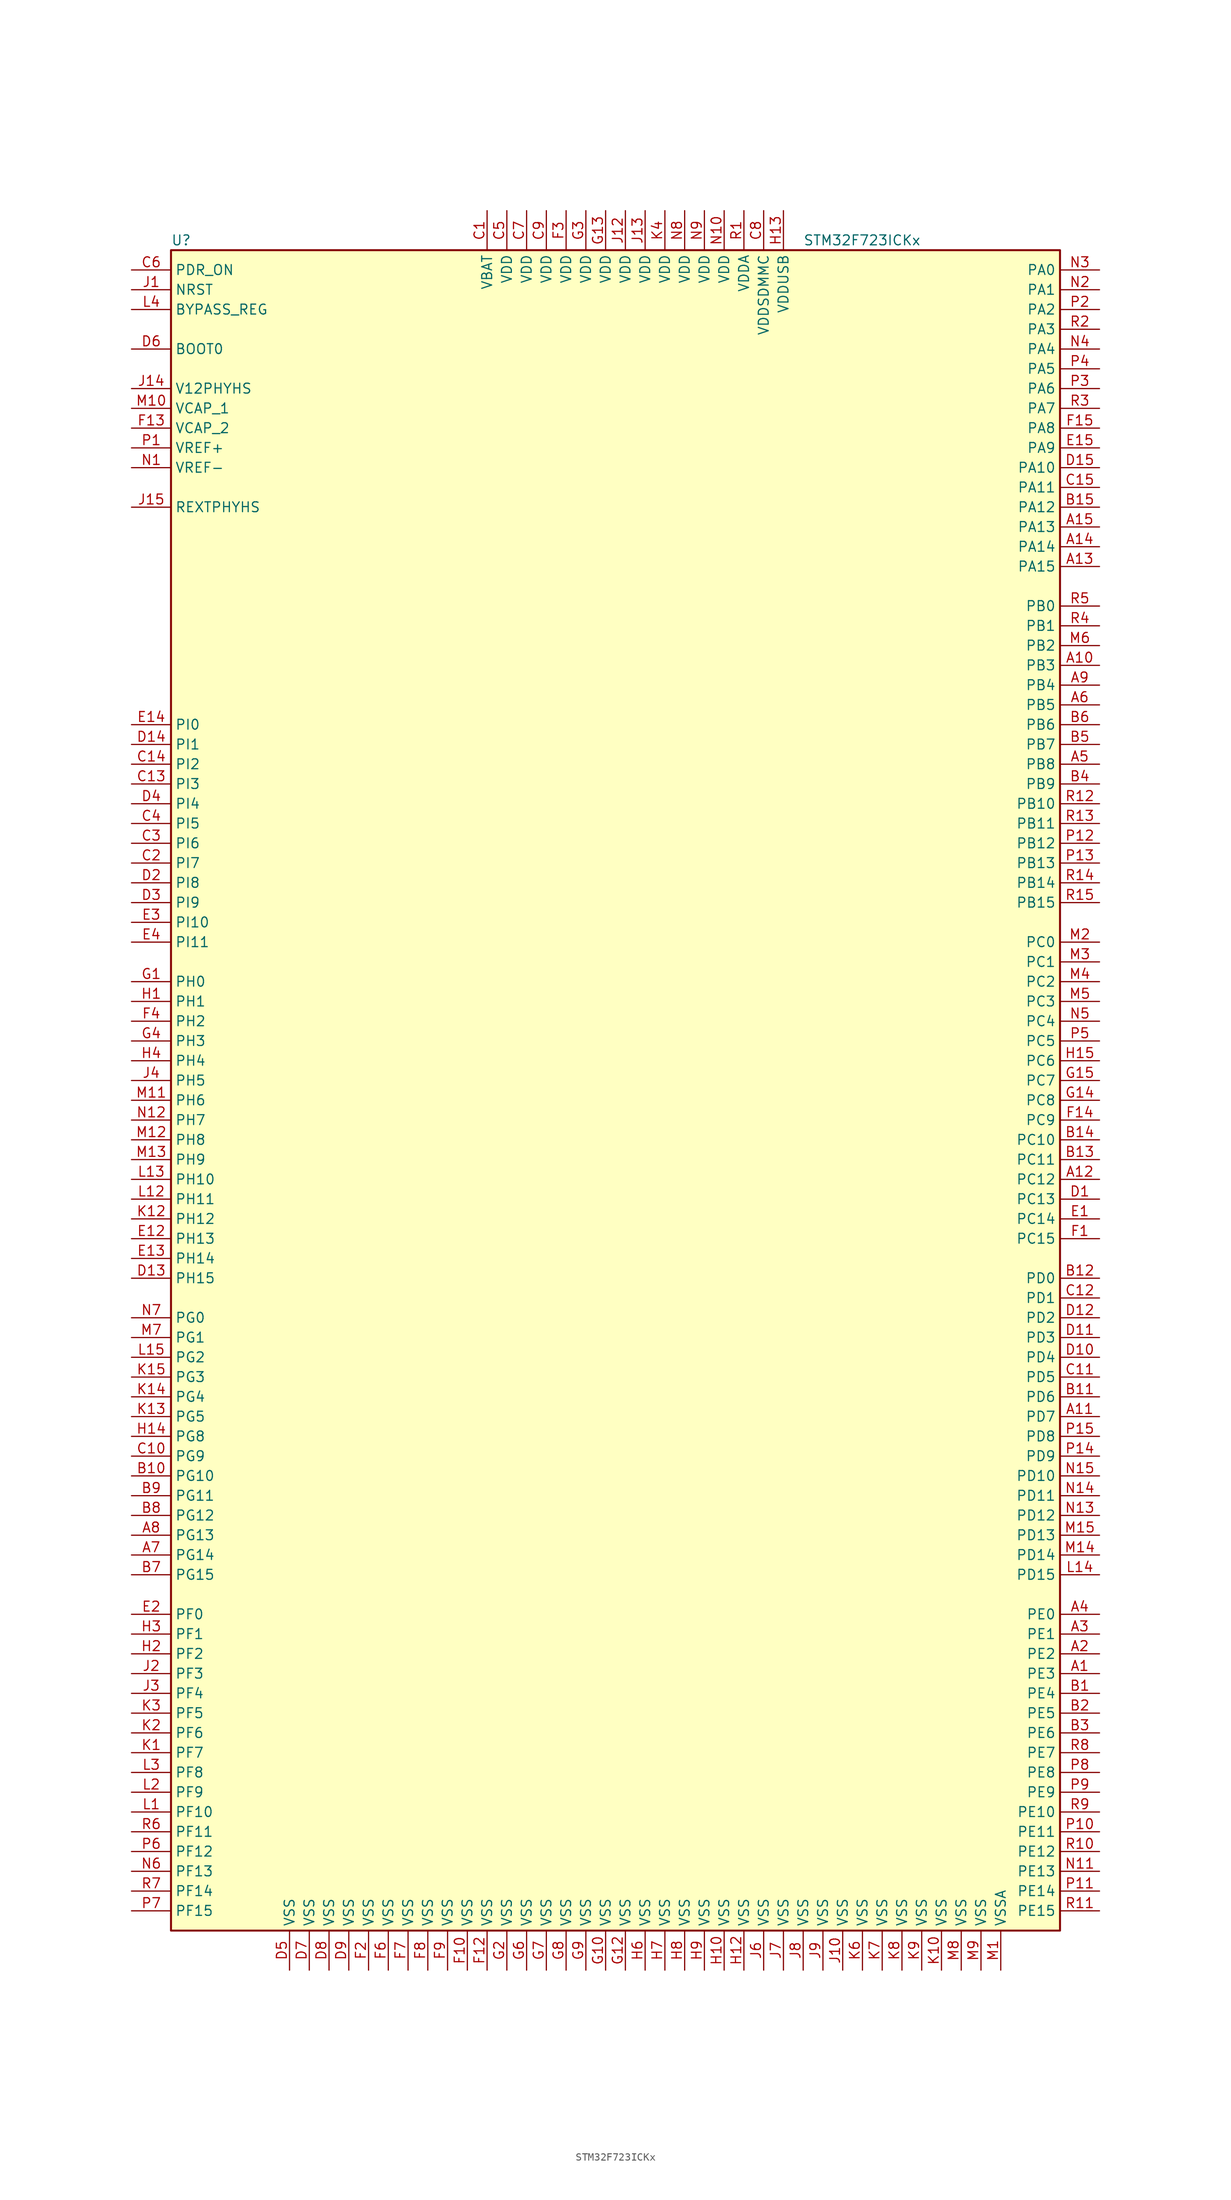
<source format=kicad_sym>
(kicad_symbol_lib
  (version 20201005)
  (generator kicad_symbol_editor)
  (symbol "MCU_ST_STM32F7:STM32F723ICKx"
    (property "Reference" "U"
      (at -58.42 107.95 0)
      (effects (font (size 1.27 1.27)) (justify left)))
    (property "Value" "STM32F723ICKx"
      (at 22.86 107.95 0)
      (effects (font (size 1.27 1.27)) (justify left)))
    (symbol "STM32F723ICKx_0_1"
      (rectangle (start -58.42 -109.22) (end 55.88 106.68) (stroke (width 0.254)) (fill (type background))))
    (symbol "STM32F723ICKx_1_1"
      (pin input line (at -63.5 93.98 0) (length 5.08) (name "BOOT0" (effects (font (size 1.27 1.27)))) (number "D6" (effects (font (size 1.27 1.27)))))
      (pin input line (at -63.5 99.06 0) (length 5.08) (name "BYPASS_REG" (effects (font (size 1.27 1.27)))) (number "L4" (effects (font (size 1.27 1.27)))))
      (pin input line (at -63.5 101.6 0) (length 5.08) (name "NRST" (effects (font (size 1.27 1.27)))) (number "J1" (effects (font (size 1.27 1.27)))))
      (pin bidirectional line (at 60.96 104.14 180) (length 5.08) (name "PA0" (effects (font (size 1.27 1.27)))) (number "N3" (effects (font (size 1.27 1.27)))))
      (pin bidirectional line (at 60.96 101.6 180) (length 5.08) (name "PA1" (effects (font (size 1.27 1.27)))) (number "N2" (effects (font (size 1.27 1.27)))))
      (pin bidirectional line (at 60.96 78.74 180) (length 5.08) (name "PA10" (effects (font (size 1.27 1.27)))) (number "D15" (effects (font (size 1.27 1.27)))))
      (pin bidirectional line (at 60.96 76.2 180) (length 5.08) (name "PA11" (effects (font (size 1.27 1.27)))) (number "C15" (effects (font (size 1.27 1.27)))))
      (pin bidirectional line (at 60.96 73.66 180) (length 5.08) (name "PA12" (effects (font (size 1.27 1.27)))) (number "B15" (effects (font (size 1.27 1.27)))))
      (pin bidirectional line (at 60.96 71.12 180) (length 5.08) (name "PA13" (effects (font (size 1.27 1.27)))) (number "A15" (effects (font (size 1.27 1.27)))))
      (pin bidirectional line (at 60.96 68.58 180) (length 5.08) (name "PA14" (effects (font (size 1.27 1.27)))) (number "A14" (effects (font (size 1.27 1.27)))))
      (pin bidirectional line (at 60.96 66.04 180) (length 5.08) (name "PA15" (effects (font (size 1.27 1.27)))) (number "A13" (effects (font (size 1.27 1.27)))))
      (pin bidirectional line (at 60.96 99.06 180) (length 5.08) (name "PA2" (effects (font (size 1.27 1.27)))) (number "P2" (effects (font (size 1.27 1.27)))))
      (pin bidirectional line (at 60.96 96.52 180) (length 5.08) (name "PA3" (effects (font (size 1.27 1.27)))) (number "R2" (effects (font (size 1.27 1.27)))))
      (pin bidirectional line (at 60.96 93.98 180) (length 5.08) (name "PA4" (effects (font (size 1.27 1.27)))) (number "N4" (effects (font (size 1.27 1.27)))))
      (pin bidirectional line (at 60.96 91.44 180) (length 5.08) (name "PA5" (effects (font (size 1.27 1.27)))) (number "P4" (effects (font (size 1.27 1.27)))))
      (pin bidirectional line (at 60.96 88.9 180) (length 5.08) (name "PA6" (effects (font (size 1.27 1.27)))) (number "P3" (effects (font (size 1.27 1.27)))))
      (pin bidirectional line (at 60.96 86.36 180) (length 5.08) (name "PA7" (effects (font (size 1.27 1.27)))) (number "R3" (effects (font (size 1.27 1.27)))))
      (pin bidirectional line (at 60.96 83.82 180) (length 5.08) (name "PA8" (effects (font (size 1.27 1.27)))) (number "F15" (effects (font (size 1.27 1.27)))))
      (pin bidirectional line (at 60.96 81.28 180) (length 5.08) (name "PA9" (effects (font (size 1.27 1.27)))) (number "E15" (effects (font (size 1.27 1.27)))))
      (pin bidirectional line (at 60.96 60.96 180) (length 5.08) (name "PB0" (effects (font (size 1.27 1.27)))) (number "R5" (effects (font (size 1.27 1.27)))))
      (pin bidirectional line (at 60.96 58.42 180) (length 5.08) (name "PB1" (effects (font (size 1.27 1.27)))) (number "R4" (effects (font (size 1.27 1.27)))))
      (pin bidirectional line (at 60.96 35.56 180) (length 5.08) (name "PB10" (effects (font (size 1.27 1.27)))) (number "R12" (effects (font (size 1.27 1.27)))))
      (pin bidirectional line (at 60.96 33.02 180) (length 5.08) (name "PB11" (effects (font (size 1.27 1.27)))) (number "R13" (effects (font (size 1.27 1.27)))))
      (pin bidirectional line (at 60.96 30.48 180) (length 5.08) (name "PB12" (effects (font (size 1.27 1.27)))) (number "P12" (effects (font (size 1.27 1.27)))))
      (pin bidirectional line (at 60.96 27.94 180) (length 5.08) (name "PB13" (effects (font (size 1.27 1.27)))) (number "P13" (effects (font (size 1.27 1.27)))))
      (pin bidirectional line (at 60.96 25.4 180) (length 5.08) (name "PB14" (effects (font (size 1.27 1.27)))) (number "R14" (effects (font (size 1.27 1.27)))))
      (pin bidirectional line (at 60.96 22.86 180) (length 5.08) (name "PB15" (effects (font (size 1.27 1.27)))) (number "R15" (effects (font (size 1.27 1.27)))))
      (pin bidirectional line (at 60.96 55.88 180) (length 5.08) (name "PB2" (effects (font (size 1.27 1.27)))) (number "M6" (effects (font (size 1.27 1.27)))))
      (pin bidirectional line (at 60.96 53.34 180) (length 5.08) (name "PB3" (effects (font (size 1.27 1.27)))) (number "A10" (effects (font (size 1.27 1.27)))))
      (pin bidirectional line (at 60.96 50.8 180) (length 5.08) (name "PB4" (effects (font (size 1.27 1.27)))) (number "A9" (effects (font (size 1.27 1.27)))))
      (pin bidirectional line (at 60.96 48.26 180) (length 5.08) (name "PB5" (effects (font (size 1.27 1.27)))) (number "A6" (effects (font (size 1.27 1.27)))))
      (pin bidirectional line (at 60.96 45.72 180) (length 5.08) (name "PB6" (effects (font (size 1.27 1.27)))) (number "B6" (effects (font (size 1.27 1.27)))))
      (pin bidirectional line (at 60.96 43.18 180) (length 5.08) (name "PB7" (effects (font (size 1.27 1.27)))) (number "B5" (effects (font (size 1.27 1.27)))))
      (pin bidirectional line (at 60.96 40.64 180) (length 5.08) (name "PB8" (effects (font (size 1.27 1.27)))) (number "A5" (effects (font (size 1.27 1.27)))))
      (pin bidirectional line (at 60.96 38.1 180) (length 5.08) (name "PB9" (effects (font (size 1.27 1.27)))) (number "B4" (effects (font (size 1.27 1.27)))))
      (pin bidirectional line (at 60.96 17.78 180) (length 5.08) (name "PC0" (effects (font (size 1.27 1.27)))) (number "M2" (effects (font (size 1.27 1.27)))))
      (pin bidirectional line (at 60.96 15.24 180) (length 5.08) (name "PC1" (effects (font (size 1.27 1.27)))) (number "M3" (effects (font (size 1.27 1.27)))))
      (pin bidirectional line (at 60.96 -7.62 180) (length 5.08) (name "PC10" (effects (font (size 1.27 1.27)))) (number "B14" (effects (font (size 1.27 1.27)))))
      (pin bidirectional line (at 60.96 -10.16 180) (length 5.08) (name "PC11" (effects (font (size 1.27 1.27)))) (number "B13" (effects (font (size 1.27 1.27)))))
      (pin bidirectional line (at 60.96 -12.7 180) (length 5.08) (name "PC12" (effects (font (size 1.27 1.27)))) (number "A12" (effects (font (size 1.27 1.27)))))
      (pin bidirectional line (at 60.96 -15.24 180) (length 5.08) (name "PC13" (effects (font (size 1.27 1.27)))) (number "D1" (effects (font (size 1.27 1.27)))))
      (pin bidirectional line (at 60.96 -17.78 180) (length 5.08) (name "PC14" (effects (font (size 1.27 1.27)))) (number "E1" (effects (font (size 1.27 1.27)))))
      (pin bidirectional line (at 60.96 -20.32 180) (length 5.08) (name "PC15" (effects (font (size 1.27 1.27)))) (number "F1" (effects (font (size 1.27 1.27)))))
      (pin bidirectional line (at 60.96 12.7 180) (length 5.08) (name "PC2" (effects (font (size 1.27 1.27)))) (number "M4" (effects (font (size 1.27 1.27)))))
      (pin bidirectional line (at 60.96 10.16 180) (length 5.08) (name "PC3" (effects (font (size 1.27 1.27)))) (number "M5" (effects (font (size 1.27 1.27)))))
      (pin bidirectional line (at 60.96 7.62 180) (length 5.08) (name "PC4" (effects (font (size 1.27 1.27)))) (number "N5" (effects (font (size 1.27 1.27)))))
      (pin bidirectional line (at 60.96 5.08 180) (length 5.08) (name "PC5" (effects (font (size 1.27 1.27)))) (number "P5" (effects (font (size 1.27 1.27)))))
      (pin bidirectional line (at 60.96 2.54 180) (length 5.08) (name "PC6" (effects (font (size 1.27 1.27)))) (number "H15" (effects (font (size 1.27 1.27)))))
      (pin bidirectional line (at 60.96 0 180) (length 5.08) (name "PC7" (effects (font (size 1.27 1.27)))) (number "G15" (effects (font (size 1.27 1.27)))))
      (pin bidirectional line (at 60.96 -2.54 180) (length 5.08) (name "PC8" (effects (font (size 1.27 1.27)))) (number "G14" (effects (font (size 1.27 1.27)))))
      (pin bidirectional line (at 60.96 -5.08 180) (length 5.08) (name "PC9" (effects (font (size 1.27 1.27)))) (number "F14" (effects (font (size 1.27 1.27)))))
      (pin bidirectional line (at 60.96 -25.4 180) (length 5.08) (name "PD0" (effects (font (size 1.27 1.27)))) (number "B12" (effects (font (size 1.27 1.27)))))
      (pin bidirectional line (at 60.96 -27.94 180) (length 5.08) (name "PD1" (effects (font (size 1.27 1.27)))) (number "C12" (effects (font (size 1.27 1.27)))))
      (pin bidirectional line (at 60.96 -50.8 180) (length 5.08) (name "PD10" (effects (font (size 1.27 1.27)))) (number "N15" (effects (font (size 1.27 1.27)))))
      (pin bidirectional line (at 60.96 -53.34 180) (length 5.08) (name "PD11" (effects (font (size 1.27 1.27)))) (number "N14" (effects (font (size 1.27 1.27)))))
      (pin bidirectional line (at 60.96 -55.88 180) (length 5.08) (name "PD12" (effects (font (size 1.27 1.27)))) (number "N13" (effects (font (size 1.27 1.27)))))
      (pin bidirectional line (at 60.96 -58.42 180) (length 5.08) (name "PD13" (effects (font (size 1.27 1.27)))) (number "M15" (effects (font (size 1.27 1.27)))))
      (pin bidirectional line (at 60.96 -60.96 180) (length 5.08) (name "PD14" (effects (font (size 1.27 1.27)))) (number "M14" (effects (font (size 1.27 1.27)))))
      (pin bidirectional line (at 60.96 -63.5 180) (length 5.08) (name "PD15" (effects (font (size 1.27 1.27)))) (number "L14" (effects (font (size 1.27 1.27)))))
      (pin bidirectional line (at 60.96 -30.48 180) (length 5.08) (name "PD2" (effects (font (size 1.27 1.27)))) (number "D12" (effects (font (size 1.27 1.27)))))
      (pin bidirectional line (at 60.96 -33.02 180) (length 5.08) (name "PD3" (effects (font (size 1.27 1.27)))) (number "D11" (effects (font (size 1.27 1.27)))))
      (pin bidirectional line (at 60.96 -35.56 180) (length 5.08) (name "PD4" (effects (font (size 1.27 1.27)))) (number "D10" (effects (font (size 1.27 1.27)))))
      (pin bidirectional line (at 60.96 -38.1 180) (length 5.08) (name "PD5" (effects (font (size 1.27 1.27)))) (number "C11" (effects (font (size 1.27 1.27)))))
      (pin bidirectional line (at 60.96 -40.64 180) (length 5.08) (name "PD6" (effects (font (size 1.27 1.27)))) (number "B11" (effects (font (size 1.27 1.27)))))
      (pin bidirectional line (at 60.96 -43.18 180) (length 5.08) (name "PD7" (effects (font (size 1.27 1.27)))) (number "A11" (effects (font (size 1.27 1.27)))))
      (pin bidirectional line (at 60.96 -45.72 180) (length 5.08) (name "PD8" (effects (font (size 1.27 1.27)))) (number "P15" (effects (font (size 1.27 1.27)))))
      (pin bidirectional line (at 60.96 -48.26 180) (length 5.08) (name "PD9" (effects (font (size 1.27 1.27)))) (number "P14" (effects (font (size 1.27 1.27)))))
      (pin input line (at -63.5 104.14 0) (length 5.08) (name "PDR_ON" (effects (font (size 1.27 1.27)))) (number "C6" (effects (font (size 1.27 1.27)))))
      (pin bidirectional line (at 60.96 -68.58 180) (length 5.08) (name "PE0" (effects (font (size 1.27 1.27)))) (number "A4" (effects (font (size 1.27 1.27)))))
      (pin bidirectional line (at 60.96 -71.12 180) (length 5.08) (name "PE1" (effects (font (size 1.27 1.27)))) (number "A3" (effects (font (size 1.27 1.27)))))
      (pin bidirectional line (at 60.96 -93.98 180) (length 5.08) (name "PE10" (effects (font (size 1.27 1.27)))) (number "R9" (effects (font (size 1.27 1.27)))))
      (pin bidirectional line (at 60.96 -96.52 180) (length 5.08) (name "PE11" (effects (font (size 1.27 1.27)))) (number "P10" (effects (font (size 1.27 1.27)))))
      (pin bidirectional line (at 60.96 -99.06 180) (length 5.08) (name "PE12" (effects (font (size 1.27 1.27)))) (number "R10" (effects (font (size 1.27 1.27)))))
      (pin bidirectional line (at 60.96 -101.6 180) (length 5.08) (name "PE13" (effects (font (size 1.27 1.27)))) (number "N11" (effects (font (size 1.27 1.27)))))
      (pin bidirectional line (at 60.96 -104.14 180) (length 5.08) (name "PE14" (effects (font (size 1.27 1.27)))) (number "P11" (effects (font (size 1.27 1.27)))))
      (pin bidirectional line (at 60.96 -106.68 180) (length 5.08) (name "PE15" (effects (font (size 1.27 1.27)))) (number "R11" (effects (font (size 1.27 1.27)))))
      (pin bidirectional line (at 60.96 -73.66 180) (length 5.08) (name "PE2" (effects (font (size 1.27 1.27)))) (number "A2" (effects (font (size 1.27 1.27)))))
      (pin bidirectional line (at 60.96 -76.2 180) (length 5.08) (name "PE3" (effects (font (size 1.27 1.27)))) (number "A1" (effects (font (size 1.27 1.27)))))
      (pin bidirectional line (at 60.96 -78.74 180) (length 5.08) (name "PE4" (effects (font (size 1.27 1.27)))) (number "B1" (effects (font (size 1.27 1.27)))))
      (pin bidirectional line (at 60.96 -81.28 180) (length 5.08) (name "PE5" (effects (font (size 1.27 1.27)))) (number "B2" (effects (font (size 1.27 1.27)))))
      (pin bidirectional line (at 60.96 -83.82 180) (length 5.08) (name "PE6" (effects (font (size 1.27 1.27)))) (number "B3" (effects (font (size 1.27 1.27)))))
      (pin bidirectional line (at 60.96 -86.36 180) (length 5.08) (name "PE7" (effects (font (size 1.27 1.27)))) (number "R8" (effects (font (size 1.27 1.27)))))
      (pin bidirectional line (at 60.96 -88.9 180) (length 5.08) (name "PE8" (effects (font (size 1.27 1.27)))) (number "P8" (effects (font (size 1.27 1.27)))))
      (pin bidirectional line (at 60.96 -91.44 180) (length 5.08) (name "PE9" (effects (font (size 1.27 1.27)))) (number "P9" (effects (font (size 1.27 1.27)))))
      (pin bidirectional line (at -63.5 -68.58 0) (length 5.08) (name "PF0" (effects (font (size 1.27 1.27)))) (number "E2" (effects (font (size 1.27 1.27)))))
      (pin bidirectional line (at -63.5 -71.12 0) (length 5.08) (name "PF1" (effects (font (size 1.27 1.27)))) (number "H3" (effects (font (size 1.27 1.27)))))
      (pin bidirectional line (at -63.5 -93.98 0) (length 5.08) (name "PF10" (effects (font (size 1.27 1.27)))) (number "L1" (effects (font (size 1.27 1.27)))))
      (pin bidirectional line (at -63.5 -96.52 0) (length 5.08) (name "PF11" (effects (font (size 1.27 1.27)))) (number "R6" (effects (font (size 1.27 1.27)))))
      (pin bidirectional line (at -63.5 -99.06 0) (length 5.08) (name "PF12" (effects (font (size 1.27 1.27)))) (number "P6" (effects (font (size 1.27 1.27)))))
      (pin bidirectional line (at -63.5 -101.6 0) (length 5.08) (name "PF13" (effects (font (size 1.27 1.27)))) (number "N6" (effects (font (size 1.27 1.27)))))
      (pin bidirectional line (at -63.5 -104.14 0) (length 5.08) (name "PF14" (effects (font (size 1.27 1.27)))) (number "R7" (effects (font (size 1.27 1.27)))))
      (pin bidirectional line (at -63.5 -106.68 0) (length 5.08) (name "PF15" (effects (font (size 1.27 1.27)))) (number "P7" (effects (font (size 1.27 1.27)))))
      (pin bidirectional line (at -63.5 -73.66 0) (length 5.08) (name "PF2" (effects (font (size 1.27 1.27)))) (number "H2" (effects (font (size 1.27 1.27)))))
      (pin bidirectional line (at -63.5 -76.2 0) (length 5.08) (name "PF3" (effects (font (size 1.27 1.27)))) (number "J2" (effects (font (size 1.27 1.27)))))
      (pin bidirectional line (at -63.5 -78.74 0) (length 5.08) (name "PF4" (effects (font (size 1.27 1.27)))) (number "J3" (effects (font (size 1.27 1.27)))))
      (pin bidirectional line (at -63.5 -81.28 0) (length 5.08) (name "PF5" (effects (font (size 1.27 1.27)))) (number "K3" (effects (font (size 1.27 1.27)))))
      (pin bidirectional line (at -63.5 -83.82 0) (length 5.08) (name "PF6" (effects (font (size 1.27 1.27)))) (number "K2" (effects (font (size 1.27 1.27)))))
      (pin bidirectional line (at -63.5 -86.36 0) (length 5.08) (name "PF7" (effects (font (size 1.27 1.27)))) (number "K1" (effects (font (size 1.27 1.27)))))
      (pin bidirectional line (at -63.5 -88.9 0) (length 5.08) (name "PF8" (effects (font (size 1.27 1.27)))) (number "L3" (effects (font (size 1.27 1.27)))))
      (pin bidirectional line (at -63.5 -91.44 0) (length 5.08) (name "PF9" (effects (font (size 1.27 1.27)))) (number "L2" (effects (font (size 1.27 1.27)))))
      (pin bidirectional line (at -63.5 -30.48 0) (length 5.08) (name "PG0" (effects (font (size 1.27 1.27)))) (number "N7" (effects (font (size 1.27 1.27)))))
      (pin bidirectional line (at -63.5 -33.02 0) (length 5.08) (name "PG1" (effects (font (size 1.27 1.27)))) (number "M7" (effects (font (size 1.27 1.27)))))
      (pin bidirectional line (at -63.5 -50.8 0) (length 5.08) (name "PG10" (effects (font (size 1.27 1.27)))) (number "B10" (effects (font (size 1.27 1.27)))))
      (pin bidirectional line (at -63.5 -53.34 0) (length 5.08) (name "PG11" (effects (font (size 1.27 1.27)))) (number "B9" (effects (font (size 1.27 1.27)))))
      (pin bidirectional line (at -63.5 -55.88 0) (length 5.08) (name "PG12" (effects (font (size 1.27 1.27)))) (number "B8" (effects (font (size 1.27 1.27)))))
      (pin bidirectional line (at -63.5 -58.42 0) (length 5.08) (name "PG13" (effects (font (size 1.27 1.27)))) (number "A8" (effects (font (size 1.27 1.27)))))
      (pin bidirectional line (at -63.5 -60.96 0) (length 5.08) (name "PG14" (effects (font (size 1.27 1.27)))) (number "A7" (effects (font (size 1.27 1.27)))))
      (pin bidirectional line (at -63.5 -63.5 0) (length 5.08) (name "PG15" (effects (font (size 1.27 1.27)))) (number "B7" (effects (font (size 1.27 1.27)))))
      (pin bidirectional line (at -63.5 -35.56 0) (length 5.08) (name "PG2" (effects (font (size 1.27 1.27)))) (number "L15" (effects (font (size 1.27 1.27)))))
      (pin bidirectional line (at -63.5 -38.1 0) (length 5.08) (name "PG3" (effects (font (size 1.27 1.27)))) (number "K15" (effects (font (size 1.27 1.27)))))
      (pin bidirectional line (at -63.5 -40.64 0) (length 5.08) (name "PG4" (effects (font (size 1.27 1.27)))) (number "K14" (effects (font (size 1.27 1.27)))))
      (pin bidirectional line (at -63.5 -43.18 0) (length 5.08) (name "PG5" (effects (font (size 1.27 1.27)))) (number "K13" (effects (font (size 1.27 1.27)))))
      (pin bidirectional line (at -63.5 -45.72 0) (length 5.08) (name "PG8" (effects (font (size 1.27 1.27)))) (number "H14" (effects (font (size 1.27 1.27)))))
      (pin bidirectional line (at -63.5 -48.26 0) (length 5.08) (name "PG9" (effects (font (size 1.27 1.27)))) (number "C10" (effects (font (size 1.27 1.27)))))
      (pin input line (at -63.5 12.7 0) (length 5.08) (name "PH0" (effects (font (size 1.27 1.27)))) (number "G1" (effects (font (size 1.27 1.27)))))
      (pin input line (at -63.5 10.16 0) (length 5.08) (name "PH1" (effects (font (size 1.27 1.27)))) (number "H1" (effects (font (size 1.27 1.27)))))
      (pin bidirectional line (at -63.5 -12.7 0) (length 5.08) (name "PH10" (effects (font (size 1.27 1.27)))) (number "L13" (effects (font (size 1.27 1.27)))))
      (pin bidirectional line (at -63.5 -15.24 0) (length 5.08) (name "PH11" (effects (font (size 1.27 1.27)))) (number "L12" (effects (font (size 1.27 1.27)))))
      (pin bidirectional line (at -63.5 -17.78 0) (length 5.08) (name "PH12" (effects (font (size 1.27 1.27)))) (number "K12" (effects (font (size 1.27 1.27)))))
      (pin bidirectional line (at -63.5 -20.32 0) (length 5.08) (name "PH13" (effects (font (size 1.27 1.27)))) (number "E12" (effects (font (size 1.27 1.27)))))
      (pin bidirectional line (at -63.5 -22.86 0) (length 5.08) (name "PH14" (effects (font (size 1.27 1.27)))) (number "E13" (effects (font (size 1.27 1.27)))))
      (pin bidirectional line (at -63.5 -25.4 0) (length 5.08) (name "PH15" (effects (font (size 1.27 1.27)))) (number "D13" (effects (font (size 1.27 1.27)))))
      (pin bidirectional line (at -63.5 7.62 0) (length 5.08) (name "PH2" (effects (font (size 1.27 1.27)))) (number "F4" (effects (font (size 1.27 1.27)))))
      (pin bidirectional line (at -63.5 5.08 0) (length 5.08) (name "PH3" (effects (font (size 1.27 1.27)))) (number "G4" (effects (font (size 1.27 1.27)))))
      (pin bidirectional line (at -63.5 2.54 0) (length 5.08) (name "PH4" (effects (font (size 1.27 1.27)))) (number "H4" (effects (font (size 1.27 1.27)))))
      (pin bidirectional line (at -63.5 0 0) (length 5.08) (name "PH5" (effects (font (size 1.27 1.27)))) (number "J4" (effects (font (size 1.27 1.27)))))
      (pin bidirectional line (at -63.5 -2.54 0) (length 5.08) (name "PH6" (effects (font (size 1.27 1.27)))) (number "M11" (effects (font (size 1.27 1.27)))))
      (pin bidirectional line (at -63.5 -5.08 0) (length 5.08) (name "PH7" (effects (font (size 1.27 1.27)))) (number "N12" (effects (font (size 1.27 1.27)))))
      (pin bidirectional line (at -63.5 -7.62 0) (length 5.08) (name "PH8" (effects (font (size 1.27 1.27)))) (number "M12" (effects (font (size 1.27 1.27)))))
      (pin bidirectional line (at -63.5 -10.16 0) (length 5.08) (name "PH9" (effects (font (size 1.27 1.27)))) (number "M13" (effects (font (size 1.27 1.27)))))
      (pin bidirectional line (at -63.5 45.72 0) (length 5.08) (name "PI0" (effects (font (size 1.27 1.27)))) (number "E14" (effects (font (size 1.27 1.27)))))
      (pin bidirectional line (at -63.5 43.18 0) (length 5.08) (name "PI1" (effects (font (size 1.27 1.27)))) (number "D14" (effects (font (size 1.27 1.27)))))
      (pin bidirectional line (at -63.5 20.32 0) (length 5.08) (name "PI10" (effects (font (size 1.27 1.27)))) (number "E3" (effects (font (size 1.27 1.27)))))
      (pin bidirectional line (at -63.5 17.78 0) (length 5.08) (name "PI11" (effects (font (size 1.27 1.27)))) (number "E4" (effects (font (size 1.27 1.27)))))
      (pin bidirectional line (at -63.5 40.64 0) (length 5.08) (name "PI2" (effects (font (size 1.27 1.27)))) (number "C14" (effects (font (size 1.27 1.27)))))
      (pin bidirectional line (at -63.5 38.1 0) (length 5.08) (name "PI3" (effects (font (size 1.27 1.27)))) (number "C13" (effects (font (size 1.27 1.27)))))
      (pin bidirectional line (at -63.5 35.56 0) (length 5.08) (name "PI4" (effects (font (size 1.27 1.27)))) (number "D4" (effects (font (size 1.27 1.27)))))
      (pin bidirectional line (at -63.5 33.02 0) (length 5.08) (name "PI5" (effects (font (size 1.27 1.27)))) (number "C4" (effects (font (size 1.27 1.27)))))
      (pin bidirectional line (at -63.5 30.48 0) (length 5.08) (name "PI6" (effects (font (size 1.27 1.27)))) (number "C3" (effects (font (size 1.27 1.27)))))
      (pin bidirectional line (at -63.5 27.94 0) (length 5.08) (name "PI7" (effects (font (size 1.27 1.27)))) (number "C2" (effects (font (size 1.27 1.27)))))
      (pin bidirectional line (at -63.5 25.4 0) (length 5.08) (name "PI8" (effects (font (size 1.27 1.27)))) (number "D2" (effects (font (size 1.27 1.27)))))
      (pin bidirectional line (at -63.5 22.86 0) (length 5.08) (name "PI9" (effects (font (size 1.27 1.27)))) (number "D3" (effects (font (size 1.27 1.27)))))
      (pin bidirectional line (at -63.5 73.66 0) (length 5.08) (name "REXTPHYHS" (effects (font (size 1.27 1.27)))) (number "J15" (effects (font (size 1.27 1.27)))))
      (pin power_in line (at -63.5 88.9 0) (length 5.08) (name "V12PHYHS" (effects (font (size 1.27 1.27)))) (number "J14" (effects (font (size 1.27 1.27)))))
      (pin power_in line (at -17.78 111.76 270) (length 5.08) (name "VBAT" (effects (font (size 1.27 1.27)))) (number "C1" (effects (font (size 1.27 1.27)))))
      (pin power_in line (at -63.5 86.36 0) (length 5.08) (name "VCAP_1" (effects (font (size 1.27 1.27)))) (number "M10" (effects (font (size 1.27 1.27)))))
      (pin power_in line (at -63.5 83.82 0) (length 5.08) (name "VCAP_2" (effects (font (size 1.27 1.27)))) (number "F13" (effects (font (size 1.27 1.27)))))
      (pin power_in line (at -15.24 111.76 270) (length 5.08) (name "VDD" (effects (font (size 1.27 1.27)))) (number "C5" (effects (font (size 1.27 1.27)))))
      (pin power_in line (at -12.7 111.76 270) (length 5.08) (name "VDD" (effects (font (size 1.27 1.27)))) (number "C7" (effects (font (size 1.27 1.27)))))
      (pin power_in line (at -10.16 111.76 270) (length 5.08) (name "VDD" (effects (font (size 1.27 1.27)))) (number "C9" (effects (font (size 1.27 1.27)))))
      (pin power_in line (at -7.62 111.76 270) (length 5.08) (name "VDD" (effects (font (size 1.27 1.27)))) (number "F3" (effects (font (size 1.27 1.27)))))
      (pin power_in line (at -2.54 111.76 270) (length 5.08) (name "VDD" (effects (font (size 1.27 1.27)))) (number "G13" (effects (font (size 1.27 1.27)))))
      (pin power_in line (at -5.08 111.76 270) (length 5.08) (name "VDD" (effects (font (size 1.27 1.27)))) (number "G3" (effects (font (size 1.27 1.27)))))
      (pin power_in line (at 0 111.76 270) (length 5.08) (name "VDD" (effects (font (size 1.27 1.27)))) (number "J12" (effects (font (size 1.27 1.27)))))
      (pin power_in line (at 2.54 111.76 270) (length 5.08) (name "VDD" (effects (font (size 1.27 1.27)))) (number "J13" (effects (font (size 1.27 1.27)))))
      (pin power_in line (at 5.08 111.76 270) (length 5.08) (name "VDD" (effects (font (size 1.27 1.27)))) (number "K4" (effects (font (size 1.27 1.27)))))
      (pin power_in line (at 12.7 111.76 270) (length 5.08) (name "VDD" (effects (font (size 1.27 1.27)))) (number "N10" (effects (font (size 1.27 1.27)))))
      (pin power_in line (at 7.62 111.76 270) (length 5.08) (name "VDD" (effects (font (size 1.27 1.27)))) (number "N8" (effects (font (size 1.27 1.27)))))
      (pin power_in line (at 10.16 111.76 270) (length 5.08) (name "VDD" (effects (font (size 1.27 1.27)))) (number "N9" (effects (font (size 1.27 1.27)))))
      (pin power_in line (at 15.24 111.76 270) (length 5.08) (name "VDDA" (effects (font (size 1.27 1.27)))) (number "R1" (effects (font (size 1.27 1.27)))))
      (pin power_in line (at 17.78 111.76 270) (length 5.08) (name "VDDSDMMC" (effects (font (size 1.27 1.27)))) (number "C8" (effects (font (size 1.27 1.27)))))
      (pin power_in line (at 20.32 111.76 270) (length 5.08) (name "VDDUSB" (effects (font (size 1.27 1.27)))) (number "H13" (effects (font (size 1.27 1.27)))))
      (pin power_in line (at -63.5 81.28 0) (length 5.08) (name "VREF+" (effects (font (size 1.27 1.27)))) (number "P1" (effects (font (size 1.27 1.27)))))
      (pin power_in line (at -63.5 78.74 0) (length 5.08) (name "VREF-" (effects (font (size 1.27 1.27)))) (number "N1" (effects (font (size 1.27 1.27)))))
      (pin power_in line (at -43.18 -114.3 90) (length 5.08) (name "VSS" (effects (font (size 1.27 1.27)))) (number "D5" (effects (font (size 1.27 1.27)))))
      (pin power_in line (at -40.64 -114.3 90) (length 5.08) (name "VSS" (effects (font (size 1.27 1.27)))) (number "D7" (effects (font (size 1.27 1.27)))))
      (pin power_in line (at -38.1 -114.3 90) (length 5.08) (name "VSS" (effects (font (size 1.27 1.27)))) (number "D8" (effects (font (size 1.27 1.27)))))
      (pin power_in line (at -35.56 -114.3 90) (length 5.08) (name "VSS" (effects (font (size 1.27 1.27)))) (number "D9" (effects (font (size 1.27 1.27)))))
      (pin power_in line (at -20.32 -114.3 90) (length 5.08) (name "VSS" (effects (font (size 1.27 1.27)))) (number "F10" (effects (font (size 1.27 1.27)))))
      (pin power_in line (at -17.78 -114.3 90) (length 5.08) (name "VSS" (effects (font (size 1.27 1.27)))) (number "F12" (effects (font (size 1.27 1.27)))))
      (pin power_in line (at -33.02 -114.3 90) (length 5.08) (name "VSS" (effects (font (size 1.27 1.27)))) (number "F2" (effects (font (size 1.27 1.27)))))
      (pin power_in line (at -30.48 -114.3 90) (length 5.08) (name "VSS" (effects (font (size 1.27 1.27)))) (number "F6" (effects (font (size 1.27 1.27)))))
      (pin power_in line (at -27.94 -114.3 90) (length 5.08) (name "VSS" (effects (font (size 1.27 1.27)))) (number "F7" (effects (font (size 1.27 1.27)))))
      (pin power_in line (at -25.4 -114.3 90) (length 5.08) (name "VSS" (effects (font (size 1.27 1.27)))) (number "F8" (effects (font (size 1.27 1.27)))))
      (pin power_in line (at -22.86 -114.3 90) (length 5.08) (name "VSS" (effects (font (size 1.27 1.27)))) (number "F9" (effects (font (size 1.27 1.27)))))
      (pin power_in line (at -2.54 -114.3 90) (length 5.08) (name "VSS" (effects (font (size 1.27 1.27)))) (number "G10" (effects (font (size 1.27 1.27)))))
      (pin power_in line (at 0 -114.3 90) (length 5.08) (name "VSS" (effects (font (size 1.27 1.27)))) (number "G12" (effects (font (size 1.27 1.27)))))
      (pin power_in line (at -15.24 -114.3 90) (length 5.08) (name "VSS" (effects (font (size 1.27 1.27)))) (number "G2" (effects (font (size 1.27 1.27)))))
      (pin power_in line (at -12.7 -114.3 90) (length 5.08) (name "VSS" (effects (font (size 1.27 1.27)))) (number "G6" (effects (font (size 1.27 1.27)))))
      (pin power_in line (at -10.16 -114.3 90) (length 5.08) (name "VSS" (effects (font (size 1.27 1.27)))) (number "G7" (effects (font (size 1.27 1.27)))))
      (pin power_in line (at -7.62 -114.3 90) (length 5.08) (name "VSS" (effects (font (size 1.27 1.27)))) (number "G8" (effects (font (size 1.27 1.27)))))
      (pin power_in line (at -5.08 -114.3 90) (length 5.08) (name "VSS" (effects (font (size 1.27 1.27)))) (number "G9" (effects (font (size 1.27 1.27)))))
      (pin power_in line (at 12.7 -114.3 90) (length 5.08) (name "VSS" (effects (font (size 1.27 1.27)))) (number "H10" (effects (font (size 1.27 1.27)))))
      (pin power_in line (at 15.24 -114.3 90) (length 5.08) (name "VSS" (effects (font (size 1.27 1.27)))) (number "H12" (effects (font (size 1.27 1.27)))))
      (pin power_in line (at 2.54 -114.3 90) (length 5.08) (name "VSS" (effects (font (size 1.27 1.27)))) (number "H6" (effects (font (size 1.27 1.27)))))
      (pin power_in line (at 5.08 -114.3 90) (length 5.08) (name "VSS" (effects (font (size 1.27 1.27)))) (number "H7" (effects (font (size 1.27 1.27)))))
      (pin power_in line (at 7.62 -114.3 90) (length 5.08) (name "VSS" (effects (font (size 1.27 1.27)))) (number "H8" (effects (font (size 1.27 1.27)))))
      (pin power_in line (at 10.16 -114.3 90) (length 5.08) (name "VSS" (effects (font (size 1.27 1.27)))) (number "H9" (effects (font (size 1.27 1.27)))))
      (pin power_in line (at 27.94 -114.3 90) (length 5.08) (name "VSS" (effects (font (size 1.27 1.27)))) (number "J10" (effects (font (size 1.27 1.27)))))
      (pin power_in line (at 17.78 -114.3 90) (length 5.08) (name "VSS" (effects (font (size 1.27 1.27)))) (number "J6" (effects (font (size 1.27 1.27)))))
      (pin power_in line (at 20.32 -114.3 90) (length 5.08) (name "VSS" (effects (font (size 1.27 1.27)))) (number "J7" (effects (font (size 1.27 1.27)))))
      (pin power_in line (at 22.86 -114.3 90) (length 5.08) (name "VSS" (effects (font (size 1.27 1.27)))) (number "J8" (effects (font (size 1.27 1.27)))))
      (pin power_in line (at 25.4 -114.3 90) (length 5.08) (name "VSS" (effects (font (size 1.27 1.27)))) (number "J9" (effects (font (size 1.27 1.27)))))
      (pin power_in line (at 40.64 -114.3 90) (length 5.08) (name "VSS" (effects (font (size 1.27 1.27)))) (number "K10" (effects (font (size 1.27 1.27)))))
      (pin power_in line (at 30.48 -114.3 90) (length 5.08) (name "VSS" (effects (font (size 1.27 1.27)))) (number "K6" (effects (font (size 1.27 1.27)))))
      (pin power_in line (at 33.02 -114.3 90) (length 5.08) (name "VSS" (effects (font (size 1.27 1.27)))) (number "K7" (effects (font (size 1.27 1.27)))))
      (pin power_in line (at 35.56 -114.3 90) (length 5.08) (name "VSS" (effects (font (size 1.27 1.27)))) (number "K8" (effects (font (size 1.27 1.27)))))
      (pin power_in line (at 38.1 -114.3 90) (length 5.08) (name "VSS" (effects (font (size 1.27 1.27)))) (number "K9" (effects (font (size 1.27 1.27)))))
      (pin power_in line (at 43.18 -114.3 90) (length 5.08) (name "VSS" (effects (font (size 1.27 1.27)))) (number "M8" (effects (font (size 1.27 1.27)))))
      (pin power_in line (at 45.72 -114.3 90) (length 5.08) (name "VSS" (effects (font (size 1.27 1.27)))) (number "M9" (effects (font (size 1.27 1.27)))))
      (pin power_in line (at 48.26 -114.3 90) (length 5.08) (name "VSSA" (effects (font (size 1.27 1.27)))) (number "M1" (effects (font (size 1.27 1.27))))))))
</source>
